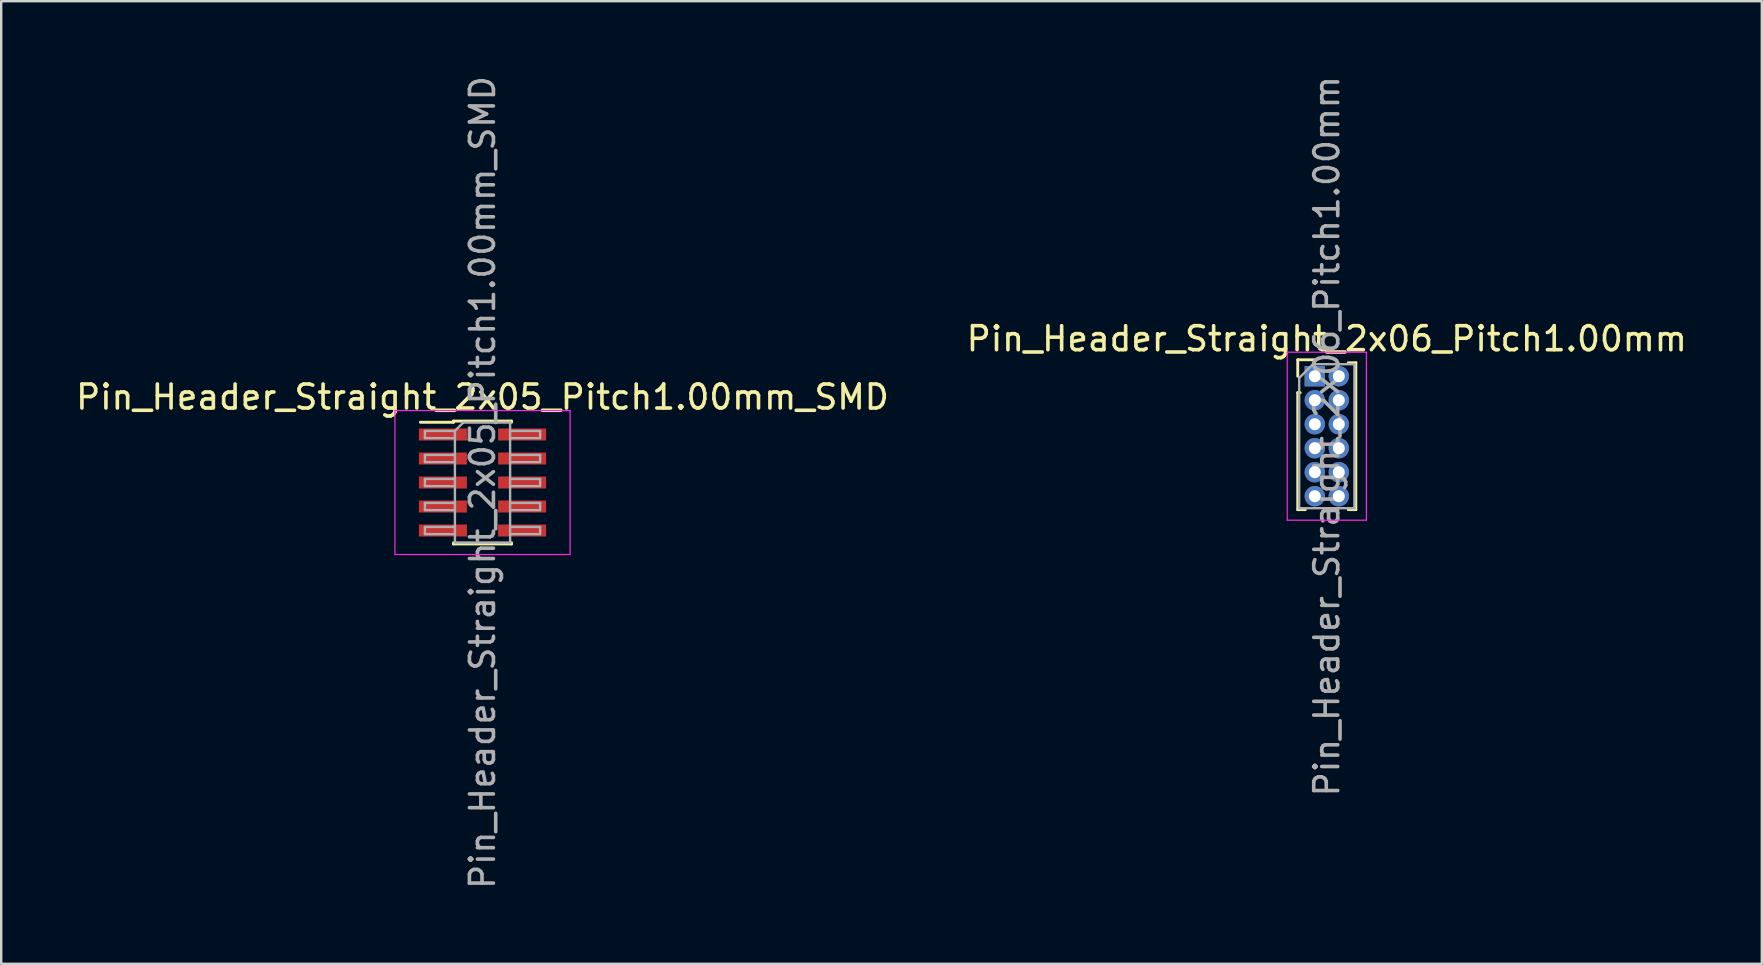
<source format=kicad_pcb>
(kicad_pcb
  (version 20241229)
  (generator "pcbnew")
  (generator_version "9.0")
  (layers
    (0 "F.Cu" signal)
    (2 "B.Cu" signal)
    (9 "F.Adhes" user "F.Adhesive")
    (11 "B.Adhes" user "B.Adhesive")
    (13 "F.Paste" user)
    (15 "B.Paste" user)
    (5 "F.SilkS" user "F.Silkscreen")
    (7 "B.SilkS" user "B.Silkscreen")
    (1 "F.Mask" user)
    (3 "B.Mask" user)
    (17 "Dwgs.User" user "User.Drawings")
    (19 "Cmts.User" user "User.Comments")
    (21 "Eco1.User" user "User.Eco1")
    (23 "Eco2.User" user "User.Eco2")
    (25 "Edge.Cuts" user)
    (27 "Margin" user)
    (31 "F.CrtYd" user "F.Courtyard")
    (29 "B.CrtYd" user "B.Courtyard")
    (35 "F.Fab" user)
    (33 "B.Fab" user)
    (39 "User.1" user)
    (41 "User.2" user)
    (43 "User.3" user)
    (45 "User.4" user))
  (footprint "Pin_Header_Straight_2x06_Pitch1.00mm"
    (layer "F.Cu")
    (at 51.732 12.625)
    (property "Reference" "Pin_Header_Straight_2x06_Pitch1.00mm" (at 0.5 -1.56 0) (layer "F.SilkS") (effects (font (size 1 1) (thickness 0.15))))
    (attr through_hole)
    (fp_line (start -0.71 -0.685) (end 0 -0.685) (stroke (width 0.12) (type solid)) (layer "F.SilkS"))
    (fp_line (start -0.71 0) (end -0.71 -0.685) (stroke (width 0.12) (type solid)) (layer "F.SilkS"))
    (fp_line (start -0.71 0.685) (end -0.71 5.56) (stroke (width 0.12) (type solid)) (layer "F.SilkS"))
    (fp_line (start -0.71 0.685) (end -0.608 0.685) (stroke (width 0.12) (type solid)) (layer "F.SilkS"))
    (fp_line (start -0.71 5.56) (end -0.394 5.56) (stroke (width 0.12) (type solid)) (layer "F.SilkS"))
    (fp_line (start 0.394 5.56) (end 0.606 5.56) (stroke (width 0.12) (type solid)) (layer "F.SilkS"))
    (fp_line (start 1.394 -0.56) (end 1.71 -0.56) (stroke (width 0.12) (type solid)) (layer "F.SilkS"))
    (fp_line (start 1.394 5.56) (end 1.71 5.56) (stroke (width 0.12) (type solid)) (layer "F.SilkS"))
    (fp_line (start 1.71 -0.56) (end 1.71 5.56) (stroke (width 0.12) (type solid)) (layer "F.SilkS"))
    (fp_line (start -1.15 -1) (end -1.15 6) (stroke (width 0.05) (type solid)) (layer "F.CrtYd"))
    (fp_line (start -1.15 6) (end 2.15 6) (stroke (width 0.05) (type solid)) (layer "F.CrtYd"))
    (fp_line (start 2.15 -1) (end -1.15 -1) (stroke (width 0.05) (type solid)) (layer "F.CrtYd"))
    (fp_line (start 2.15 6) (end 2.15 -1) (stroke (width 0.05) (type solid)) (layer "F.CrtYd"))
    (fp_line (start -0.65 0.075) (end -0.075 -0.5) (stroke (width 0.1) (type solid)) (layer "F.Fab"))
    (fp_line (start -0.65 5.5) (end -0.65 0.075) (stroke (width 0.1) (type solid)) (layer "F.Fab"))
    (fp_line (start -0.075 -0.5) (end 1.65 -0.5) (stroke (width 0.1) (type solid)) (layer "F.Fab"))
    (fp_line (start 1.65 -0.5) (end 1.65 5.5) (stroke (width 0.1) (type solid)) (layer "F.Fab"))
    (fp_line (start 1.65 5.5) (end -0.65 5.5) (stroke (width 0.1) (type solid)) (layer "F.Fab"))
    (fp_text user "${REFERENCE}" (at 0.5 2.5 90) (layer "F.Fab") (effects (font (size 1 1) (thickness 0.15))))
    (pad "1" thru_hole rect (at 0 0) (size 0.85 0.85) (drill 0.5) (layers "*.Cu" "*.Mask"))
    (pad "2" thru_hole oval (at 1 0) (size 0.85 0.85) (drill 0.5) (layers "*.Cu" "*.Mask"))
    (pad "3" thru_hole oval (at 0 1) (size 0.85 0.85) (drill 0.5) (layers "*.Cu" "*.Mask"))
    (pad "4" thru_hole oval (at 1 1) (size 0.85 0.85) (drill 0.5) (layers "*.Cu" "*.Mask"))
    (pad "5" thru_hole oval (at 0 2) (size 0.85 0.85) (drill 0.5) (layers "*.Cu" "*.Mask"))
    (pad "6" thru_hole oval (at 1 2) (size 0.85 0.85) (drill 0.5) (layers "*.Cu" "*.Mask"))
    (pad "7" thru_hole oval (at 0 3) (size 0.85 0.85) (drill 0.5) (layers "*.Cu" "*.Mask"))
    (pad "8" thru_hole oval (at 1 3) (size 0.85 0.85) (drill 0.5) (layers "*.Cu" "*.Mask"))
    (pad "9" thru_hole oval (at 0 4) (size 0.85 0.85) (drill 0.5) (layers "*.Cu" "*.Mask"))
    (pad "10" thru_hole oval (at 1 4) (size 0.85 0.85) (drill 0.5) (layers "*.Cu" "*.Mask"))
    (pad "11" thru_hole oval (at 0 5) (size 0.85 0.85) (drill 0.5) (layers "*.Cu" "*.Mask"))
    (pad "12" thru_hole oval (at 1 5) (size 0.85 0.85) (drill 0.5) (layers "*.Cu" "*.Mask")))
  (footprint "Pin_Header_Straight_2x05_Pitch1.00mm_SMD"
    (layer "F.Cu")
    (at 17.054 17.054)
    (property "Reference" "Pin_Header_Straight_2x05_Pitch1.00mm_SMD" (at 0 -3.56 0) (layer "F.SilkS") (effects (font (size 1 1) (thickness 0.15))))
    (attr smd)
    (fp_line (start -2.59 -2.51) (end -1.21 -2.51) (stroke (width 0.12) (type solid)) (layer "F.SilkS"))
    (fp_line (start -1.21 -2.56) (end -1.21 -2.51) (stroke (width 0.12) (type solid)) (layer "F.SilkS"))
    (fp_line (start -1.21 -2.56) (end 1.21 -2.56) (stroke (width 0.12) (type solid)) (layer "F.SilkS"))
    (fp_line (start -1.21 2.51) (end -1.21 2.56) (stroke (width 0.12) (type solid)) (layer "F.SilkS"))
    (fp_line (start -1.21 2.56) (end 1.21 2.56) (stroke (width 0.12) (type solid)) (layer "F.SilkS"))
    (fp_line (start 1.21 -2.56) (end 1.21 -2.51) (stroke (width 0.12) (type solid)) (layer "F.SilkS"))
    (fp_line (start 1.21 2.51) (end 1.21 2.56) (stroke (width 0.12) (type solid)) (layer "F.SilkS"))
    (fp_line (start -3.65 -3) (end -3.65 3) (stroke (width 0.05) (type solid)) (layer "F.CrtYd"))
    (fp_line (start -3.65 3) (end 3.65 3) (stroke (width 0.05) (type solid)) (layer "F.CrtYd"))
    (fp_line (start 3.65 -3) (end -3.65 -3) (stroke (width 0.05) (type solid)) (layer "F.CrtYd"))
    (fp_line (start 3.65 3) (end 3.65 -3) (stroke (width 0.05) (type solid)) (layer "F.CrtYd"))
    (fp_line (start -2.4 -2.15) (end -2.4 -1.85) (stroke (width 0.1) (type solid)) (layer "F.Fab"))
    (fp_line (start -2.4 -1.85) (end -1.15 -1.85) (stroke (width 0.1) (type solid)) (layer "F.Fab"))
    (fp_line (start -2.4 -1.15) (end -2.4 -0.85) (stroke (width 0.1) (type solid)) (layer "F.Fab"))
    (fp_line (start -2.4 -0.85) (end -1.15 -0.85) (stroke (width 0.1) (type solid)) (layer "F.Fab"))
    (fp_line (start -2.4 -0.15) (end -2.4 0.15) (stroke (width 0.1) (type solid)) (layer "F.Fab"))
    (fp_line (start -2.4 0.15) (end -1.15 0.15) (stroke (width 0.1) (type solid)) (layer "F.Fab"))
    (fp_line (start -2.4 0.85) (end -2.4 1.15) (stroke (width 0.1) (type solid)) (layer "F.Fab"))
    (fp_line (start -2.4 1.15) (end -1.15 1.15) (stroke (width 0.1) (type solid)) (layer "F.Fab"))
    (fp_line (start -2.4 1.85) (end -2.4 2.15) (stroke (width 0.1) (type solid)) (layer "F.Fab"))
    (fp_line (start -2.4 2.15) (end -1.15 2.15) (stroke (width 0.1) (type solid)) (layer "F.Fab"))
    (fp_line (start -1.15 -2.15) (end -2.4 -2.15) (stroke (width 0.1) (type solid)) (layer "F.Fab"))
    (fp_line (start -1.15 -2.15) (end -0.8 -2.5) (stroke (width 0.1) (type solid)) (layer "F.Fab"))
    (fp_line (start -1.15 -1.15) (end -2.4 -1.15) (stroke (width 0.1) (type solid)) (layer "F.Fab"))
    (fp_line (start -1.15 -0.15) (end -2.4 -0.15) (stroke (width 0.1) (type solid)) (layer "F.Fab"))
    (fp_line (start -1.15 0.85) (end -2.4 0.85) (stroke (width 0.1) (type solid)) (layer "F.Fab"))
    (fp_line (start -1.15 1.85) (end -2.4 1.85) (stroke (width 0.1) (type solid)) (layer "F.Fab"))
    (fp_line (start -1.15 2.5) (end -1.15 -2.15) (stroke (width 0.1) (type solid)) (layer "F.Fab"))
    (fp_line (start -0.8 -2.5) (end 1.15 -2.5) (stroke (width 0.1) (type solid)) (layer "F.Fab"))
    (fp_line (start 1.15 -2.5) (end 1.15 2.5) (stroke (width 0.1) (type solid)) (layer "F.Fab"))
    (fp_line (start 1.15 -2.15) (end 2.4 -2.15) (stroke (width 0.1) (type solid)) (layer "F.Fab"))
    (fp_line (start 1.15 -1.15) (end 2.4 -1.15) (stroke (width 0.1) (type solid)) (layer "F.Fab"))
    (fp_line (start 1.15 -0.15) (end 2.4 -0.15) (stroke (width 0.1) (type solid)) (layer "F.Fab"))
    (fp_line (start 1.15 0.85) (end 2.4 0.85) (stroke (width 0.1) (type solid)) (layer "F.Fab"))
    (fp_line (start 1.15 1.85) (end 2.4 1.85) (stroke (width 0.1) (type solid)) (layer "F.Fab"))
    (fp_line (start 1.15 2.5) (end -1.15 2.5) (stroke (width 0.1) (type solid)) (layer "F.Fab"))
    (fp_line (start 2.4 -2.15) (end 2.4 -1.85) (stroke (width 0.1) (type solid)) (layer "F.Fab"))
    (fp_line (start 2.4 -1.85) (end 1.15 -1.85) (stroke (width 0.1) (type solid)) (layer "F.Fab"))
    (fp_line (start 2.4 -1.15) (end 2.4 -0.85) (stroke (width 0.1) (type solid)) (layer "F.Fab"))
    (fp_line (start 2.4 -0.85) (end 1.15 -0.85) (stroke (width 0.1) (type solid)) (layer "F.Fab"))
    (fp_line (start 2.4 -0.15) (end 2.4 0.15) (stroke (width 0.1) (type solid)) (layer "F.Fab"))
    (fp_line (start 2.4 0.15) (end 1.15 0.15) (stroke (width 0.1) (type solid)) (layer "F.Fab"))
    (fp_line (start 2.4 0.85) (end 2.4 1.15) (stroke (width 0.1) (type solid)) (layer "F.Fab"))
    (fp_line (start 2.4 1.15) (end 1.15 1.15) (stroke (width 0.1) (type solid)) (layer "F.Fab"))
    (fp_line (start 2.4 1.85) (end 2.4 2.15) (stroke (width 0.1) (type solid)) (layer "F.Fab"))
    (fp_line (start 2.4 2.15) (end 1.15 2.15) (stroke (width 0.1) (type solid)) (layer "F.Fab"))
    (fp_text user "${REFERENCE}" (at 0 0 90) (layer "F.Fab") (effects (font (size 1 1) (thickness 0.15))))
    (pad "1" smd rect (at -1.65 -2) (size 2 0.5) (layers "F.Cu" "F.Mask" "F.Paste"))
    (pad "2" smd rect (at 1.65 -2) (size 2 0.5) (layers "F.Cu" "F.Mask" "F.Paste"))
    (pad "3" smd rect (at -1.65 -1) (size 2 0.5) (layers "F.Cu" "F.Mask" "F.Paste"))
    (pad "4" smd rect (at 1.65 -1) (size 2 0.5) (layers "F.Cu" "F.Mask" "F.Paste"))
    (pad "5" smd rect (at -1.65 0) (size 2 0.5) (layers "F.Cu" "F.Mask" "F.Paste"))
    (pad "6" smd rect (at 1.65 0) (size 2 0.5) (layers "F.Cu" "F.Mask" "F.Paste"))
    (pad "7" smd rect (at -1.65 1) (size 2 0.5) (layers "F.Cu" "F.Mask" "F.Paste"))
    (pad "8" smd rect (at 1.65 1) (size 2 0.5) (layers "F.Cu" "F.Mask" "F.Paste"))
    (pad "9" smd rect (at -1.65 2) (size 2 0.5) (layers "F.Cu" "F.Mask" "F.Paste"))
    (pad "10" smd rect (at 1.65 2) (size 2 0.5) (layers "F.Cu" "F.Mask" "F.Paste")))
  (gr_rect
    (start -3 -3)
    (end 70.357 37.107)
    (stroke (width 0.1) (type default))
    (fill no)
    (layer "Edge.Cuts")))
</source>
